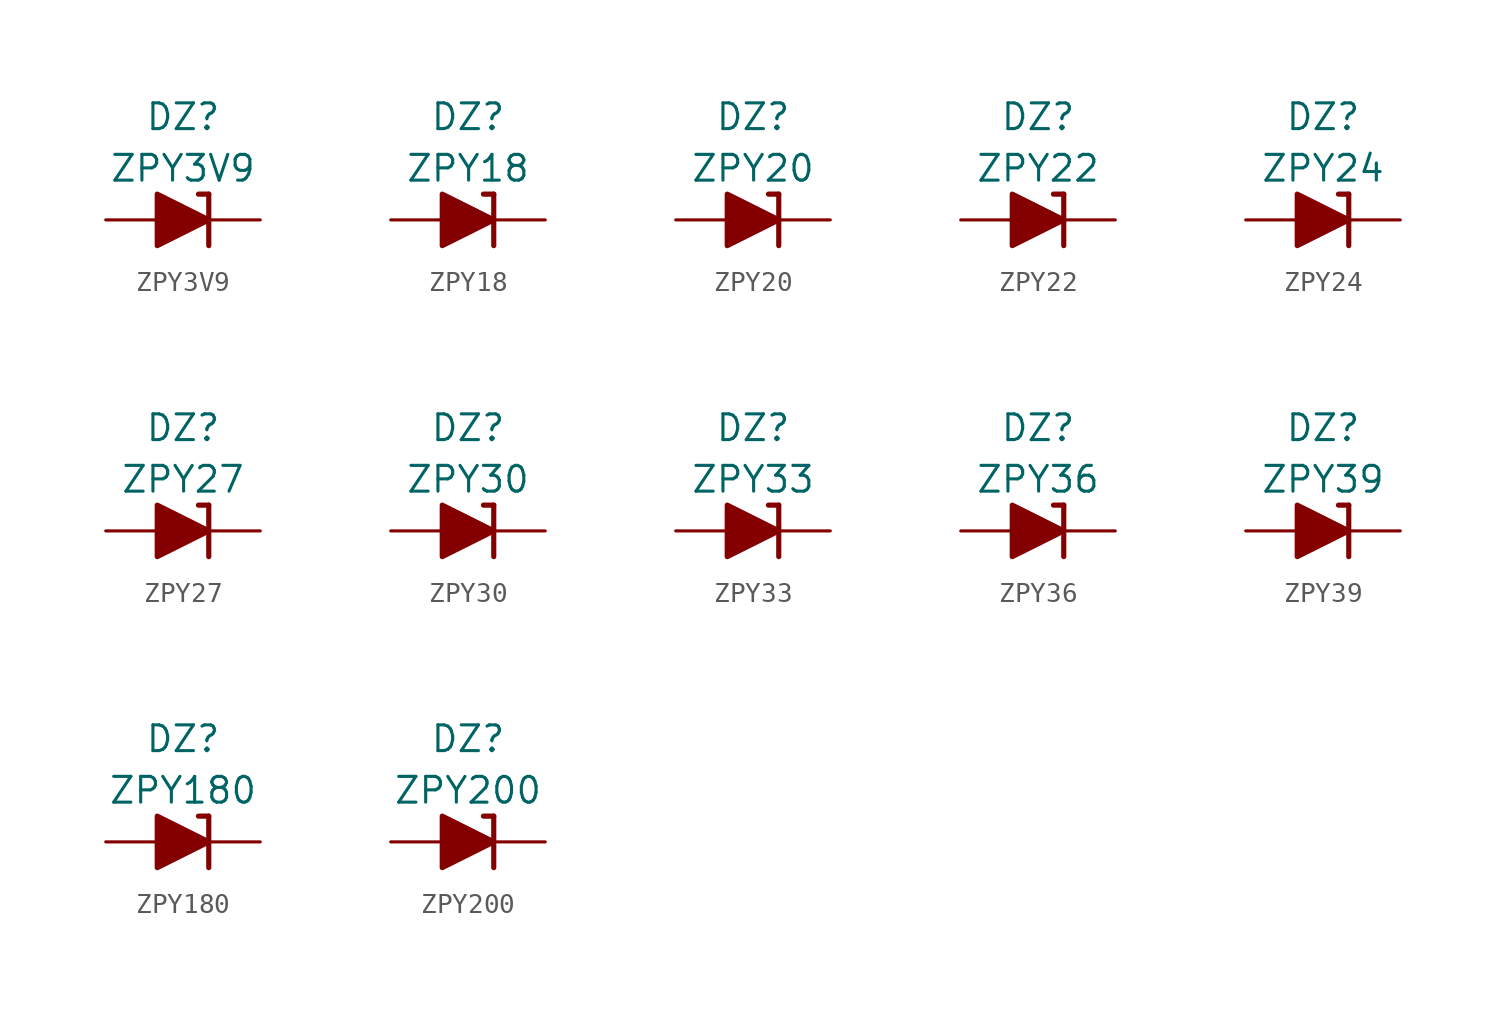
<source format=kicad_sym>
(kicad_symbol_lib
  (version 20201005)
  (generator kicad_symbol_editor)
  (symbol "Diode_Zener_AKL:ZPY3V9"
    (pin_numbers hide)
    (pin_names
      (offset 1.016) hide)
    (property "Reference" "DZ"
      (at 0 5.08 0)
      (effects (font (size 1.27 1.27))))
    (property "Value" "ZPY3V9"
      (at 0 2.54 0)
      (effects (font (size 1.27 1.27))))
    (symbol "ZPY3V9_0_1"
      (polyline (pts (xy -1.27 0) (xy 1.27 0)) (stroke (width 0)) (fill (type none)))
      (polyline (pts (xy 1.27 1.27) (xy 0.762 1.27)) (stroke (width 0.254)) (fill (type none)))
      (polyline (pts (xy 1.27 1.27) (xy 1.27 -1.27)) (stroke (width 0.254)) (fill (type none)))
      (polyline (pts (xy -1.27 -1.27) (xy -1.27 1.27) (xy 1.27 0) (xy -1.27 -1.27)) (stroke (width 0.254)) (fill (type outline))))
    (symbol "ZPY3V9_1_1"
      (pin passive line (at 3.81 0 180) (length 2.54) (name "K" (effects (font (size 1.27 1.27)))) (number "1" (effects (font (size 1.27 1.27)))))
      (pin passive line (at -3.81 0 0) (length 2.54) (name "A" (effects (font (size 1.27 1.27)))) (number "2" (effects (font (size 1.27 1.27)))))))
  (symbol "Diode_Zener_AKL:ZPY18"
    (pin_numbers hide)
    (pin_names
      (offset 1.016) hide)
    (property "Reference" "DZ"
      (at 0 5.08 0)
      (effects (font (size 1.27 1.27))))
    (property "Value" "ZPY18"
      (at 0 2.54 0)
      (effects (font (size 1.27 1.27))))
    (symbol "ZPY18_0_1"
      (polyline (pts (xy -1.27 0) (xy 1.27 0)) (stroke (width 0)) (fill (type none)))
      (polyline (pts (xy 1.27 1.27) (xy 0.762 1.27)) (stroke (width 0.254)) (fill (type none)))
      (polyline (pts (xy 1.27 1.27) (xy 1.27 -1.27)) (stroke (width 0.254)) (fill (type none)))
      (polyline (pts (xy -1.27 -1.27) (xy -1.27 1.27) (xy 1.27 0) (xy -1.27 -1.27)) (stroke (width 0.254)) (fill (type outline))))
    (symbol "ZPY18_1_1"
      (pin passive line (at 3.81 0 180) (length 2.54) (name "K" (effects (font (size 1.27 1.27)))) (number "1" (effects (font (size 1.27 1.27)))))
      (pin passive line (at -3.81 0 0) (length 2.54) (name "A" (effects (font (size 1.27 1.27)))) (number "2" (effects (font (size 1.27 1.27)))))))
  (symbol "Diode_Zener_AKL:ZPY20"
    (pin_numbers hide)
    (pin_names
      (offset 1.016) hide)
    (property "Reference" "DZ"
      (at 0 5.08 0)
      (effects (font (size 1.27 1.27))))
    (property "Value" "ZPY20"
      (at 0 2.54 0)
      (effects (font (size 1.27 1.27))))
    (symbol "ZPY20_0_1"
      (polyline (pts (xy -1.27 0) (xy 1.27 0)) (stroke (width 0)) (fill (type none)))
      (polyline (pts (xy 1.27 1.27) (xy 0.762 1.27)) (stroke (width 0.254)) (fill (type none)))
      (polyline (pts (xy 1.27 1.27) (xy 1.27 -1.27)) (stroke (width 0.254)) (fill (type none)))
      (polyline (pts (xy -1.27 -1.27) (xy -1.27 1.27) (xy 1.27 0) (xy -1.27 -1.27)) (stroke (width 0.254)) (fill (type outline))))
    (symbol "ZPY20_1_1"
      (pin passive line (at 3.81 0 180) (length 2.54) (name "K" (effects (font (size 1.27 1.27)))) (number "1" (effects (font (size 1.27 1.27)))))
      (pin passive line (at -3.81 0 0) (length 2.54) (name "A" (effects (font (size 1.27 1.27)))) (number "2" (effects (font (size 1.27 1.27)))))))
  (symbol "Diode_Zener_AKL:ZPY22"
    (pin_numbers hide)
    (pin_names
      (offset 1.016) hide)
    (property "Reference" "DZ"
      (at 0 5.08 0)
      (effects (font (size 1.27 1.27))))
    (property "Value" "ZPY22"
      (at 0 2.54 0)
      (effects (font (size 1.27 1.27))))
    (symbol "ZPY22_0_1"
      (polyline (pts (xy -1.27 0) (xy 1.27 0)) (stroke (width 0)) (fill (type none)))
      (polyline (pts (xy 1.27 1.27) (xy 0.762 1.27)) (stroke (width 0.254)) (fill (type none)))
      (polyline (pts (xy 1.27 1.27) (xy 1.27 -1.27)) (stroke (width 0.254)) (fill (type none)))
      (polyline (pts (xy -1.27 -1.27) (xy -1.27 1.27) (xy 1.27 0) (xy -1.27 -1.27)) (stroke (width 0.254)) (fill (type outline))))
    (symbol "ZPY22_1_1"
      (pin passive line (at 3.81 0 180) (length 2.54) (name "K" (effects (font (size 1.27 1.27)))) (number "1" (effects (font (size 1.27 1.27)))))
      (pin passive line (at -3.81 0 0) (length 2.54) (name "A" (effects (font (size 1.27 1.27)))) (number "2" (effects (font (size 1.27 1.27)))))))
  (symbol "Diode_Zener_AKL:ZPY24"
    (pin_numbers hide)
    (pin_names
      (offset 1.016) hide)
    (property "Reference" "DZ"
      (at 0 5.08 0)
      (effects (font (size 1.27 1.27))))
    (property "Value" "ZPY24"
      (at 0 2.54 0)
      (effects (font (size 1.27 1.27))))
    (symbol "ZPY24_0_1"
      (polyline (pts (xy -1.27 0) (xy 1.27 0)) (stroke (width 0)) (fill (type none)))
      (polyline (pts (xy 1.27 1.27) (xy 0.762 1.27)) (stroke (width 0.254)) (fill (type none)))
      (polyline (pts (xy 1.27 1.27) (xy 1.27 -1.27)) (stroke (width 0.254)) (fill (type none)))
      (polyline (pts (xy -1.27 -1.27) (xy -1.27 1.27) (xy 1.27 0) (xy -1.27 -1.27)) (stroke (width 0.254)) (fill (type outline))))
    (symbol "ZPY24_1_1"
      (pin passive line (at 3.81 0 180) (length 2.54) (name "K" (effects (font (size 1.27 1.27)))) (number "1" (effects (font (size 1.27 1.27)))))
      (pin passive line (at -3.81 0 0) (length 2.54) (name "A" (effects (font (size 1.27 1.27)))) (number "2" (effects (font (size 1.27 1.27)))))))
  (symbol "Diode_Zener_AKL:ZPY27"
    (pin_numbers hide)
    (pin_names
      (offset 1.016) hide)
    (property "Reference" "DZ"
      (at 0 5.08 0)
      (effects (font (size 1.27 1.27))))
    (property "Value" "ZPY27"
      (at 0 2.54 0)
      (effects (font (size 1.27 1.27))))
    (symbol "ZPY27_0_1"
      (polyline (pts (xy -1.27 0) (xy 1.27 0)) (stroke (width 0)) (fill (type none)))
      (polyline (pts (xy 1.27 1.27) (xy 0.762 1.27)) (stroke (width 0.254)) (fill (type none)))
      (polyline (pts (xy 1.27 1.27) (xy 1.27 -1.27)) (stroke (width 0.254)) (fill (type none)))
      (polyline (pts (xy -1.27 -1.27) (xy -1.27 1.27) (xy 1.27 0) (xy -1.27 -1.27)) (stroke (width 0.254)) (fill (type outline))))
    (symbol "ZPY27_1_1"
      (pin passive line (at 3.81 0 180) (length 2.54) (name "K" (effects (font (size 1.27 1.27)))) (number "1" (effects (font (size 1.27 1.27)))))
      (pin passive line (at -3.81 0 0) (length 2.54) (name "A" (effects (font (size 1.27 1.27)))) (number "2" (effects (font (size 1.27 1.27)))))))
  (symbol "Diode_Zener_AKL:ZPY30"
    (pin_numbers hide)
    (pin_names
      (offset 1.016) hide)
    (property "Reference" "DZ"
      (at 0 5.08 0)
      (effects (font (size 1.27 1.27))))
    (property "Value" "ZPY30"
      (at 0 2.54 0)
      (effects (font (size 1.27 1.27))))
    (symbol "ZPY30_0_1"
      (polyline (pts (xy -1.27 0) (xy 1.27 0)) (stroke (width 0)) (fill (type none)))
      (polyline (pts (xy 1.27 1.27) (xy 0.762 1.27)) (stroke (width 0.254)) (fill (type none)))
      (polyline (pts (xy 1.27 1.27) (xy 1.27 -1.27)) (stroke (width 0.254)) (fill (type none)))
      (polyline (pts (xy -1.27 -1.27) (xy -1.27 1.27) (xy 1.27 0) (xy -1.27 -1.27)) (stroke (width 0.254)) (fill (type outline))))
    (symbol "ZPY30_1_1"
      (pin passive line (at 3.81 0 180) (length 2.54) (name "K" (effects (font (size 1.27 1.27)))) (number "1" (effects (font (size 1.27 1.27)))))
      (pin passive line (at -3.81 0 0) (length 2.54) (name "A" (effects (font (size 1.27 1.27)))) (number "2" (effects (font (size 1.27 1.27)))))))
  (symbol "Diode_Zener_AKL:ZPY33"
    (pin_numbers hide)
    (pin_names
      (offset 1.016) hide)
    (property "Reference" "DZ"
      (at 0 5.08 0)
      (effects (font (size 1.27 1.27))))
    (property "Value" "ZPY33"
      (at 0 2.54 0)
      (effects (font (size 1.27 1.27))))
    (symbol "ZPY33_0_1"
      (polyline (pts (xy -1.27 0) (xy 1.27 0)) (stroke (width 0)) (fill (type none)))
      (polyline (pts (xy 1.27 1.27) (xy 0.762 1.27)) (stroke (width 0.254)) (fill (type none)))
      (polyline (pts (xy 1.27 1.27) (xy 1.27 -1.27)) (stroke (width 0.254)) (fill (type none)))
      (polyline (pts (xy -1.27 -1.27) (xy -1.27 1.27) (xy 1.27 0) (xy -1.27 -1.27)) (stroke (width 0.254)) (fill (type outline))))
    (symbol "ZPY33_1_1"
      (pin passive line (at 3.81 0 180) (length 2.54) (name "K" (effects (font (size 1.27 1.27)))) (number "1" (effects (font (size 1.27 1.27)))))
      (pin passive line (at -3.81 0 0) (length 2.54) (name "A" (effects (font (size 1.27 1.27)))) (number "2" (effects (font (size 1.27 1.27)))))))
  (symbol "Diode_Zener_AKL:ZPY36"
    (pin_numbers hide)
    (pin_names
      (offset 1.016) hide)
    (property "Reference" "DZ"
      (at 0 5.08 0)
      (effects (font (size 1.27 1.27))))
    (property "Value" "ZPY36"
      (at 0 2.54 0)
      (effects (font (size 1.27 1.27))))
    (symbol "ZPY36_0_1"
      (polyline (pts (xy -1.27 0) (xy 1.27 0)) (stroke (width 0)) (fill (type none)))
      (polyline (pts (xy 1.27 1.27) (xy 0.762 1.27)) (stroke (width 0.254)) (fill (type none)))
      (polyline (pts (xy 1.27 1.27) (xy 1.27 -1.27)) (stroke (width 0.254)) (fill (type none)))
      (polyline (pts (xy -1.27 -1.27) (xy -1.27 1.27) (xy 1.27 0) (xy -1.27 -1.27)) (stroke (width 0.254)) (fill (type outline))))
    (symbol "ZPY36_1_1"
      (pin passive line (at 3.81 0 180) (length 2.54) (name "K" (effects (font (size 1.27 1.27)))) (number "1" (effects (font (size 1.27 1.27)))))
      (pin passive line (at -3.81 0 0) (length 2.54) (name "A" (effects (font (size 1.27 1.27)))) (number "2" (effects (font (size 1.27 1.27)))))))
  (symbol "Diode_Zener_AKL:ZPY39"
    (pin_numbers hide)
    (pin_names
      (offset 1.016) hide)
    (property "Reference" "DZ"
      (at 0 5.08 0)
      (effects (font (size 1.27 1.27))))
    (property "Value" "ZPY39"
      (at 0 2.54 0)
      (effects (font (size 1.27 1.27))))
    (symbol "ZPY39_0_1"
      (polyline (pts (xy -1.27 0) (xy 1.27 0)) (stroke (width 0)) (fill (type none)))
      (polyline (pts (xy 1.27 1.27) (xy 0.762 1.27)) (stroke (width 0.254)) (fill (type none)))
      (polyline (pts (xy 1.27 1.27) (xy 1.27 -1.27)) (stroke (width 0.254)) (fill (type none)))
      (polyline (pts (xy -1.27 -1.27) (xy -1.27 1.27) (xy 1.27 0) (xy -1.27 -1.27)) (stroke (width 0.254)) (fill (type outline))))
    (symbol "ZPY39_1_1"
      (pin passive line (at 3.81 0 180) (length 2.54) (name "K" (effects (font (size 1.27 1.27)))) (number "1" (effects (font (size 1.27 1.27)))))
      (pin passive line (at -3.81 0 0) (length 2.54) (name "A" (effects (font (size 1.27 1.27)))) (number "2" (effects (font (size 1.27 1.27)))))))
  (symbol "Diode_Zener_AKL:ZPY180"
    (pin_numbers hide)
    (pin_names
      (offset 1.016) hide)
    (property "Reference" "DZ"
      (at 0 5.08 0)
      (effects (font (size 1.27 1.27))))
    (property "Value" "ZPY180"
      (at 0 2.54 0)
      (effects (font (size 1.27 1.27))))
    (symbol "ZPY180_0_1"
      (polyline (pts (xy -1.27 0) (xy 1.27 0)) (stroke (width 0)) (fill (type none)))
      (polyline (pts (xy 1.27 1.27) (xy 0.762 1.27)) (stroke (width 0.254)) (fill (type none)))
      (polyline (pts (xy 1.27 1.27) (xy 1.27 -1.27)) (stroke (width 0.254)) (fill (type none)))
      (polyline (pts (xy -1.27 -1.27) (xy -1.27 1.27) (xy 1.27 0) (xy -1.27 -1.27)) (stroke (width 0.254)) (fill (type outline))))
    (symbol "ZPY180_1_1"
      (pin passive line (at 3.81 0 180) (length 2.54) (name "K" (effects (font (size 1.27 1.27)))) (number "1" (effects (font (size 1.27 1.27)))))
      (pin passive line (at -3.81 0 0) (length 2.54) (name "A" (effects (font (size 1.27 1.27)))) (number "2" (effects (font (size 1.27 1.27)))))))
  (symbol "Diode_Zener_AKL:ZPY200"
    (pin_numbers hide)
    (pin_names
      (offset 1.016) hide)
    (property "Reference" "DZ"
      (at 0 5.08 0)
      (effects (font (size 1.27 1.27))))
    (property "Value" "ZPY200"
      (at 0 2.54 0)
      (effects (font (size 1.27 1.27))))
    (symbol "ZPY200_0_1"
      (polyline (pts (xy -1.27 0) (xy 1.27 0)) (stroke (width 0)) (fill (type none)))
      (polyline (pts (xy 1.27 1.27) (xy 0.762 1.27)) (stroke (width 0.254)) (fill (type none)))
      (polyline (pts (xy 1.27 1.27) (xy 1.27 -1.27)) (stroke (width 0.254)) (fill (type none)))
      (polyline (pts (xy -1.27 -1.27) (xy -1.27 1.27) (xy 1.27 0) (xy -1.27 -1.27)) (stroke (width 0.254)) (fill (type outline))))
    (symbol "ZPY200_1_1"
      (pin passive line (at 3.81 0 180) (length 2.54) (name "K" (effects (font (size 1.27 1.27)))) (number "1" (effects (font (size 1.27 1.27)))))
      (pin passive line (at -3.81 0 0) (length 2.54) (name "A" (effects (font (size 1.27 1.27)))) (number "2" (effects (font (size 1.27 1.27))))))))
</source>
